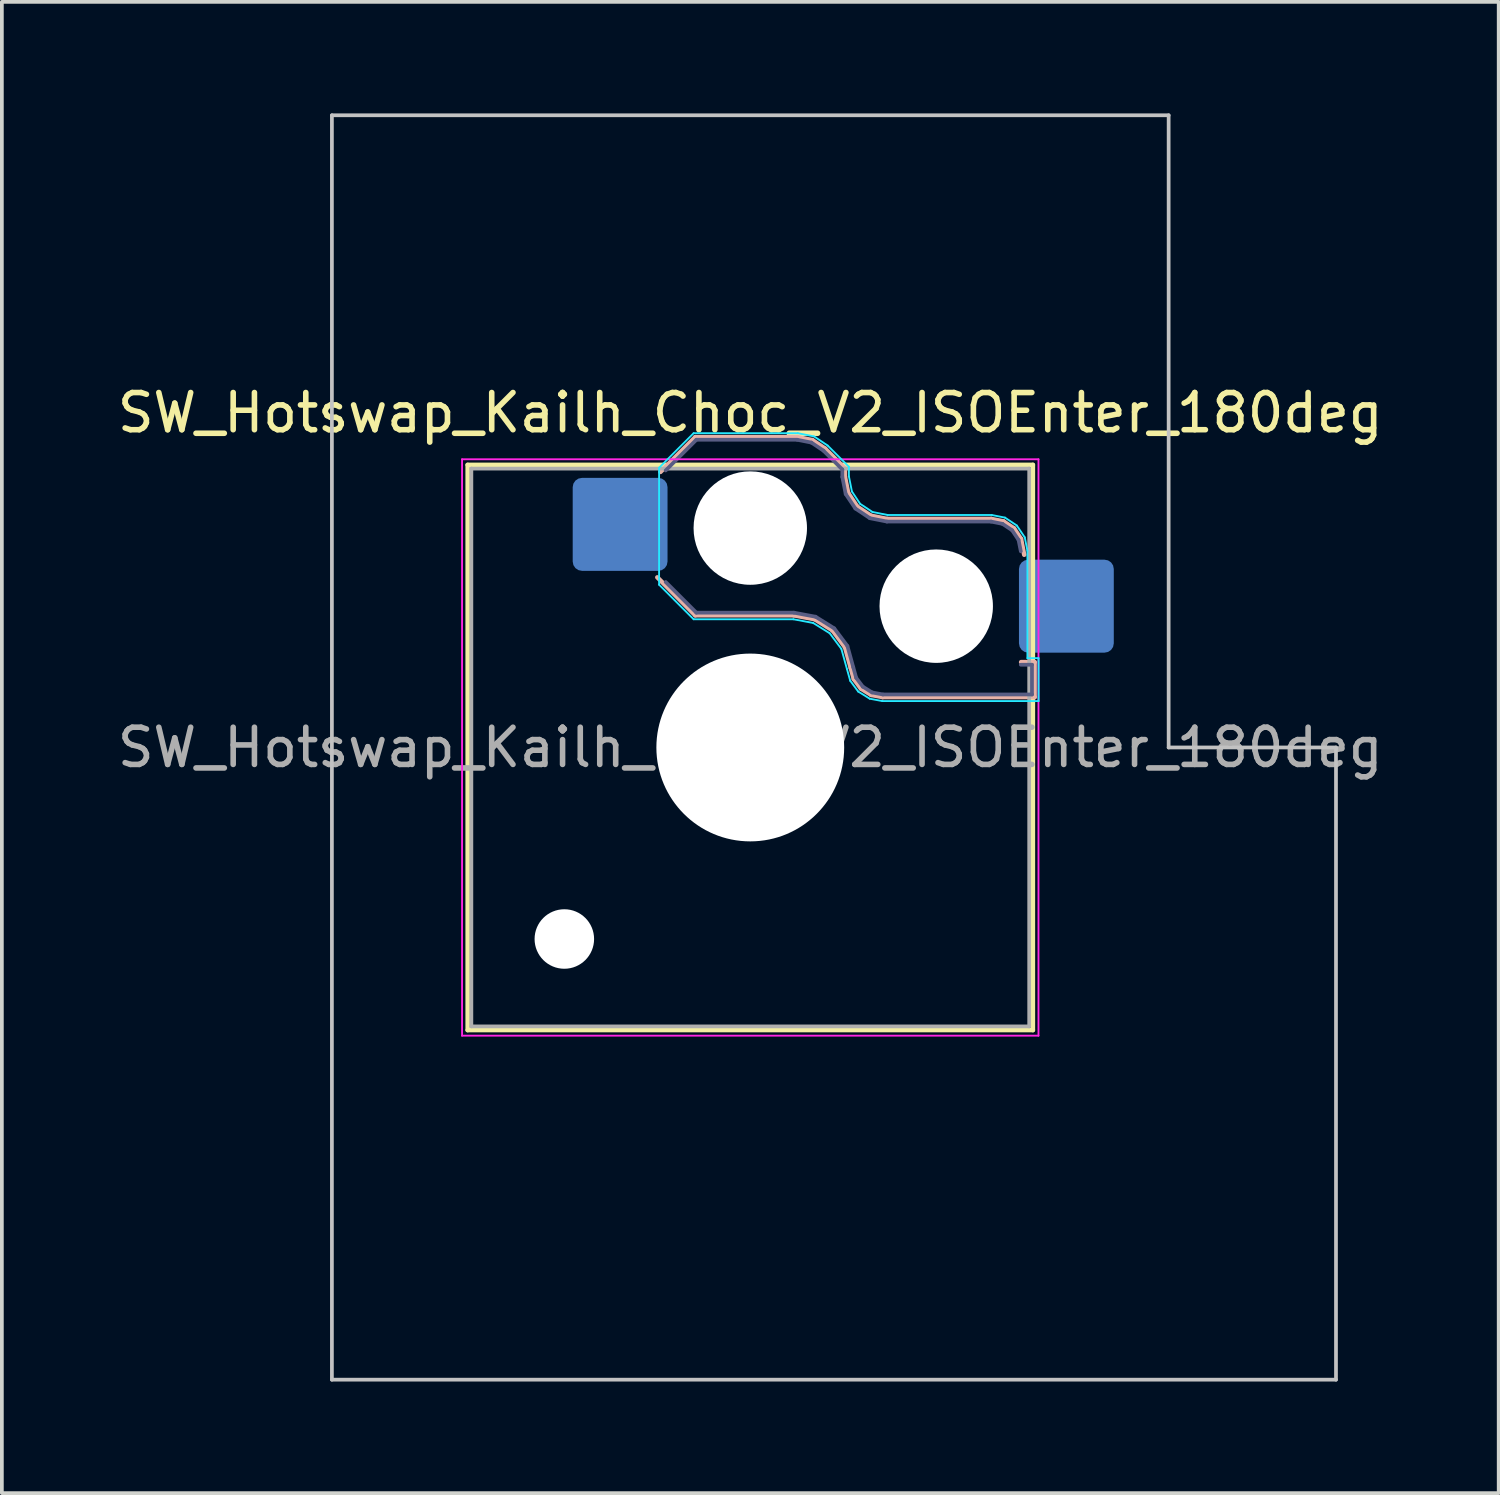
<source format=kicad_pcb>
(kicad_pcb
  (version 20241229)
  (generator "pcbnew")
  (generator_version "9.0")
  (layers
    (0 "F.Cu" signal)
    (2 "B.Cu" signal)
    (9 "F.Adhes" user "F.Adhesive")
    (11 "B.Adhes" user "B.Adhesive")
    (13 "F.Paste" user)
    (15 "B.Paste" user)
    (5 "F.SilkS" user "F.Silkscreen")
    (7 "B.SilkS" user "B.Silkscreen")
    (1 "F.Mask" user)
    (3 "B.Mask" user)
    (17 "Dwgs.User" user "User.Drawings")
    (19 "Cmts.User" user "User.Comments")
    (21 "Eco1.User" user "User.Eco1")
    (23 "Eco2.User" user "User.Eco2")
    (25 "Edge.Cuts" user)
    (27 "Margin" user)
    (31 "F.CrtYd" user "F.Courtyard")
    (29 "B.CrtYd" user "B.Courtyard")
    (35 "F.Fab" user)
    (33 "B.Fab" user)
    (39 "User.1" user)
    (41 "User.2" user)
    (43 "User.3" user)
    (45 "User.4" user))
  (footprint "SW_Hotswap_Kailh_Choc_V2_ISOEnter_180deg"
    (layer "F.Cu")
    (at 17.125 17.05)
    (property "Reference" "SW_Hotswap_Kailh_Choc_V2_ISOEnter_180deg" (at 0 -9 0) (layer "F.SilkS") (effects (font (size 1 1) (thickness 0.15))))
    (attr smd)
    (fp_line (start -7.6 -7.6) (end -7.6 7.6) (stroke (width 0.12) (type solid)) (layer "F.SilkS"))
    (fp_line (start -7.6 7.6) (end 7.6 7.6) (stroke (width 0.12) (type solid)) (layer "F.SilkS"))
    (fp_line (start 7.6 -7.6) (end -7.6 -7.6) (stroke (width 0.12) (type solid)) (layer "F.SilkS"))
    (fp_line (start 7.6 7.6) (end 7.6 -7.6) (stroke (width 0.12) (type solid)) (layer "F.SilkS"))
    (fp_line (start -2.416 -7.409) (end -1.479 -8.346) (stroke (width 0.12) (type solid)) (layer "B.SilkS"))
    (fp_line (start -1.479 -8.346) (end 1.268 -8.346) (stroke (width 0.12) (type solid)) (layer "B.SilkS"))
    (fp_line (start -1.479 -3.554) (end -2.5 -4.575) (stroke (width 0.12) (type solid)) (layer "B.SilkS"))
    (fp_line (start 1.168 -3.554) (end -1.479 -3.554) (stroke (width 0.12) (type solid)) (layer "B.SilkS"))
    (fp_line (start 1.268 -8.346) (end 1.671 -8.266) (stroke (width 0.12) (type solid)) (layer "B.SilkS"))
    (fp_line (start 1.671 -8.266) (end 2.013 -8.037) (stroke (width 0.12) (type solid)) (layer "B.SilkS"))
    (fp_line (start 1.73 -3.449) (end 1.168 -3.554) (stroke (width 0.12) (type solid)) (layer "B.SilkS"))
    (fp_line (start 2.013 -8.037) (end 2.546 -7.504) (stroke (width 0.12) (type solid)) (layer "B.SilkS"))
    (fp_line (start 2.209 -3.15) (end 1.73 -3.449) (stroke (width 0.12) (type solid)) (layer "B.SilkS"))
    (fp_line (start 2.546 -7.504) (end 2.546 -7.282) (stroke (width 0.12) (type solid)) (layer "B.SilkS"))
    (fp_line (start 2.546 -7.282) (end 2.633 -6.844) (stroke (width 0.12) (type solid)) (layer "B.SilkS"))
    (fp_line (start 2.547 -2.697) (end 2.209 -3.15) (stroke (width 0.12) (type solid)) (layer "B.SilkS"))
    (fp_line (start 2.633 -6.844) (end 2.877 -6.477) (stroke (width 0.12) (type solid)) (layer "B.SilkS"))
    (fp_line (start 2.701 -2.139) (end 2.547 -2.697) (stroke (width 0.12) (type solid)) (layer "B.SilkS"))
    (fp_line (start 2.783 -1.841) (end 2.701 -2.139) (stroke (width 0.12) (type solid)) (layer "B.SilkS"))
    (fp_line (start 2.877 -6.477) (end 3.244 -6.233) (stroke (width 0.12) (type solid)) (layer "B.SilkS"))
    (fp_line (start 2.976 -1.583) (end 2.783 -1.841) (stroke (width 0.12) (type solid)) (layer "B.SilkS"))
    (fp_line (start 3.244 -6.233) (end 3.682 -6.146) (stroke (width 0.12) (type solid)) (layer "B.SilkS"))
    (fp_line (start 3.25 -1.413) (end 2.976 -1.583) (stroke (width 0.12) (type solid)) (layer "B.SilkS"))
    (fp_line (start 3.56 -1.354) (end 3.25 -1.413) (stroke (width 0.12) (type solid)) (layer "B.SilkS"))
    (fp_line (start 3.682 -6.146) (end 6.482 -6.146) (stroke (width 0.12) (type solid)) (layer "B.SilkS"))
    (fp_line (start 6.482 -6.146) (end 6.809 -6.081) (stroke (width 0.12) (type solid)) (layer "B.SilkS"))
    (fp_line (start 6.809 -6.081) (end 7.092 -5.892) (stroke (width 0.12) (type solid)) (layer "B.SilkS"))
    (fp_line (start 7.092 -5.892) (end 7.281 -5.609) (stroke (width 0.12) (type solid)) (layer "B.SilkS"))
    (fp_line (start 7.281 -5.609) (end 7.366 -5.182) (stroke (width 0.12) (type solid)) (layer "B.SilkS"))
    (fp_line (start 7.283 -2.296) (end 7.646 -2.296) (stroke (width 0.12) (type solid)) (layer "B.SilkS"))
    (fp_line (start 7.646 -2.296) (end 7.646 -1.354) (stroke (width 0.12) (type solid)) (layer "B.SilkS"))
    (fp_line (start 7.646 -1.354) (end 3.56 -1.354) (stroke (width 0.12) (type solid)) (layer "B.SilkS"))
    (fp_line (start -11.25 -17) (end -11.25 17) (stroke (width 0.1) (type solid)) (layer "Dwgs.User"))
    (fp_line (start -11.25 17) (end 15.75 17) (stroke (width 0.1) (type solid)) (layer "Dwgs.User"))
    (fp_line (start 11.25 -17) (end -11.25 -17) (stroke (width 0.1) (type solid)) (layer "Dwgs.User"))
    (fp_line (start 11.25 0) (end 11.25 -17) (stroke (width 0.1) (type solid)) (layer "Dwgs.User"))
    (fp_line (start 15.75 0) (end 11.25 0) (stroke (width 0.1) (type solid)) (layer "Dwgs.User"))
    (fp_line (start 15.75 17) (end 15.75 0) (stroke (width 0.1) (type solid)) (layer "Dwgs.User"))
    (fp_line (start -7.25 -7.25) (end -7.25 7.25) (stroke (width 0.1) (type solid)) (layer "Eco1.User"))
    (fp_line (start -7.25 7.25) (end 7.25 7.25) (stroke (width 0.1) (type solid)) (layer "Eco1.User"))
    (fp_line (start 7.25 -7.25) (end -7.25 -7.25) (stroke (width 0.1) (type solid)) (layer "Eco1.User"))
    (fp_line (start 7.25 7.25) (end 7.25 -7.25) (stroke (width 0.1) (type solid)) (layer "Eco1.User"))
    (fp_line (start -2.452 -7.523) (end -1.523 -8.452) (stroke (width 0.05) (type solid)) (layer "B.CrtYd"))
    (fp_line (start -2.452 -4.377) (end -2.452 -7.523) (stroke (width 0.05) (type solid)) (layer "B.CrtYd"))
    (fp_line (start -1.523 -8.452) (end 1.278 -8.452) (stroke (width 0.05) (type solid)) (layer "B.CrtYd"))
    (fp_line (start -1.523 -3.448) (end -2.452 -4.377) (stroke (width 0.05) (type solid)) (layer "B.CrtYd"))
    (fp_line (start 1.159 -3.448) (end -1.523 -3.448) (stroke (width 0.05) (type solid)) (layer "B.CrtYd"))
    (fp_line (start 1.278 -8.452) (end 1.712 -8.366) (stroke (width 0.05) (type solid)) (layer "B.CrtYd"))
    (fp_line (start 1.691 -3.348) (end 1.159 -3.448) (stroke (width 0.05) (type solid)) (layer "B.CrtYd"))
    (fp_line (start 1.712 -8.366) (end 2.081 -8.119) (stroke (width 0.05) (type solid)) (layer "B.CrtYd"))
    (fp_line (start 2.081 -8.119) (end 2.652 -7.548) (stroke (width 0.05) (type solid)) (layer "B.CrtYd"))
    (fp_line (start 2.136 -3.071) (end 1.691 -3.348) (stroke (width 0.05) (type solid)) (layer "B.CrtYd"))
    (fp_line (start 2.45 -2.65) (end 2.136 -3.071) (stroke (width 0.05) (type solid)) (layer "B.CrtYd"))
    (fp_line (start 2.599 -2.111) (end 2.45 -2.65) (stroke (width 0.05) (type solid)) (layer "B.CrtYd"))
    (fp_line (start 2.652 -7.548) (end 2.652 -7.292) (stroke (width 0.05) (type solid)) (layer "B.CrtYd"))
    (fp_line (start 2.652 -7.292) (end 2.733 -6.885) (stroke (width 0.05) (type solid)) (layer "B.CrtYd"))
    (fp_line (start 2.687 -1.794) (end 2.599 -2.111) (stroke (width 0.05) (type solid)) (layer "B.CrtYd"))
    (fp_line (start 2.733 -6.885) (end 2.953 -6.553) (stroke (width 0.05) (type solid)) (layer "B.CrtYd"))
    (fp_line (start 2.903 -1.503) (end 2.687 -1.794) (stroke (width 0.05) (type solid)) (layer "B.CrtYd"))
    (fp_line (start 2.953 -6.553) (end 3.285 -6.333) (stroke (width 0.05) (type solid)) (layer "B.CrtYd"))
    (fp_line (start 3.211 -1.312) (end 2.903 -1.503) (stroke (width 0.05) (type solid)) (layer "B.CrtYd"))
    (fp_line (start 3.285 -6.333) (end 3.692 -6.252) (stroke (width 0.05) (type solid)) (layer "B.CrtYd"))
    (fp_line (start 3.55 -1.248) (end 3.211 -1.312) (stroke (width 0.05) (type solid)) (layer "B.CrtYd"))
    (fp_line (start 3.692 -6.252) (end 6.492 -6.252) (stroke (width 0.05) (type solid)) (layer "B.CrtYd"))
    (fp_line (start 6.492 -6.252) (end 6.85 -6.181) (stroke (width 0.05) (type solid)) (layer "B.CrtYd"))
    (fp_line (start 6.85 -6.181) (end 7.168 -5.968) (stroke (width 0.05) (type solid)) (layer "B.CrtYd"))
    (fp_line (start 7.168 -5.968) (end 7.381 -5.65) (stroke (width 0.05) (type solid)) (layer "B.CrtYd"))
    (fp_line (start 7.381 -5.65) (end 7.452 -5.292) (stroke (width 0.05) (type solid)) (layer "B.CrtYd"))
    (fp_line (start 7.452 -5.292) (end 7.452 -2.402) (stroke (width 0.05) (type solid)) (layer "B.CrtYd"))
    (fp_line (start 7.452 -2.402) (end 7.752 -2.402) (stroke (width 0.05) (type solid)) (layer "B.CrtYd"))
    (fp_line (start 7.752 -2.402) (end 7.752 -1.248) (stroke (width 0.05) (type solid)) (layer "B.CrtYd"))
    (fp_line (start 7.752 -1.248) (end 3.55 -1.248) (stroke (width 0.05) (type solid)) (layer "B.CrtYd"))
    (fp_line (start -7.75 -7.75) (end -7.75 7.75) (stroke (width 0.05) (type solid)) (layer "F.CrtYd"))
    (fp_line (start -7.75 7.75) (end 7.75 7.75) (stroke (width 0.05) (type solid)) (layer "F.CrtYd"))
    (fp_line (start 7.75 -7.75) (end -7.75 -7.75) (stroke (width 0.05) (type solid)) (layer "F.CrtYd"))
    (fp_line (start 7.75 7.75) (end 7.75 -7.75) (stroke (width 0.05) (type solid)) (layer "F.CrtYd"))
    (fp_line (start -2.275 -7.45) (end -1.45 -8.275) (stroke (width 0.1) (type solid)) (layer "B.Fab"))
    (fp_line (start -1.45 -8.275) (end 1.261 -8.275) (stroke (width 0.1) (type solid)) (layer "B.Fab"))
    (fp_line (start -1.45 -3.625) (end -2.275 -4.45) (stroke (width 0.1) (type solid)) (layer "B.Fab"))
    (fp_line (start 1.175 -3.625) (end -1.45 -3.625) (stroke (width 0.1) (type solid)) (layer "B.Fab"))
    (fp_line (start 1.261 -8.275) (end 1.643 -8.199) (stroke (width 0.1) (type solid)) (layer "B.Fab"))
    (fp_line (start 1.643 -8.199) (end 1.968 -7.982) (stroke (width 0.1) (type solid)) (layer "B.Fab"))
    (fp_line (start 1.756 -3.516) (end 1.175 -3.625) (stroke (width 0.1) (type solid)) (layer "B.Fab"))
    (fp_line (start 1.968 -7.982) (end 2.475 -7.475) (stroke (width 0.1) (type solid)) (layer "B.Fab"))
    (fp_line (start 2.258 -3.203) (end 1.756 -3.516) (stroke (width 0.1) (type solid)) (layer "B.Fab"))
    (fp_line (start 2.475 -7.475) (end 2.475 -7.275) (stroke (width 0.1) (type solid)) (layer "B.Fab"))
    (fp_line (start 2.475 -7.275) (end 2.566 -6.816) (stroke (width 0.1) (type solid)) (layer "B.Fab"))
    (fp_line (start 2.566 -6.816) (end 2.826 -6.426) (stroke (width 0.1) (type solid)) (layer "B.Fab"))
    (fp_line (start 2.612 -2.729) (end 2.258 -3.203) (stroke (width 0.1) (type solid)) (layer "B.Fab"))
    (fp_line (start 2.769 -2.158) (end 2.612 -2.729) (stroke (width 0.1) (type solid)) (layer "B.Fab"))
    (fp_line (start 2.826 -6.426) (end 3.216 -6.166) (stroke (width 0.1) (type solid)) (layer "B.Fab"))
    (fp_line (start 2.848 -1.873) (end 2.769 -2.158) (stroke (width 0.1) (type solid)) (layer "B.Fab"))
    (fp_line (start 3.025 -1.636) (end 2.848 -1.873) (stroke (width 0.1) (type solid)) (layer "B.Fab"))
    (fp_line (start 3.216 -6.166) (end 3.675 -6.075) (stroke (width 0.1) (type solid)) (layer "B.Fab"))
    (fp_line (start 3.276 -1.48) (end 3.025 -1.636) (stroke (width 0.1) (type solid)) (layer "B.Fab"))
    (fp_line (start 3.567 -1.425) (end 3.276 -1.48) (stroke (width 0.1) (type solid)) (layer "B.Fab"))
    (fp_line (start 3.675 -6.075) (end 6.475 -6.075) (stroke (width 0.1) (type solid)) (layer "B.Fab"))
    (fp_line (start 6.475 -6.075) (end 6.781 -6.014) (stroke (width 0.1) (type solid)) (layer "B.Fab"))
    (fp_line (start 6.781 -6.014) (end 7.041 -5.841) (stroke (width 0.1) (type solid)) (layer "B.Fab"))
    (fp_line (start 7.041 -5.841) (end 7.214 -5.581) (stroke (width 0.1) (type solid)) (layer "B.Fab"))
    (fp_line (start 7.214 -5.581) (end 7.275 -5.275) (stroke (width 0.1) (type solid)) (layer "B.Fab"))
    (fp_line (start 7.275 -2.225) (end 7.575 -2.225) (stroke (width 0.1) (type solid)) (layer "B.Fab"))
    (fp_line (start 7.575 -2.225) (end 7.575 -1.425) (stroke (width 0.1) (type solid)) (layer "B.Fab"))
    (fp_line (start 7.575 -1.425) (end 3.567 -1.425) (stroke (width 0.1) (type solid)) (layer "B.Fab"))
    (fp_line (start -7.5 -7.5) (end -7.5 7.5) (stroke (width 0.1) (type solid)) (layer "F.Fab"))
    (fp_line (start -7.5 7.5) (end 7.5 7.5) (stroke (width 0.1) (type solid)) (layer "F.Fab"))
    (fp_line (start 7.5 -7.5) (end -7.5 -7.5) (stroke (width 0.1) (type solid)) (layer "F.Fab"))
    (fp_line (start 7.5 7.5) (end 7.5 -7.5) (stroke (width 0.1) (type solid)) (layer "F.Fab"))
    (fp_text user "${REFERENCE}" (at 0 0 0) (layer "F.Fab") (effects (font (size 1 1) (thickness 0.15))))
    (pad "" np_thru_hole circle (at -5 5.15) (size 1.6 1.6) (drill 1.6) (layers "*.Cu" "*.Mask"))
    (pad "" np_thru_hole circle (at 0 -5.9) (size 3.05 3.05) (drill 3.05) (layers "*.Cu" "*.Mask"))
    (pad "" np_thru_hole circle (at 0 0) (size 5.05 5.05) (drill 5.05) (layers "*.Cu" "*.Mask"))
    (pad "" np_thru_hole circle (at 5 -3.8) (size 3.05 3.05) (drill 3.05) (layers "*.Cu" "*.Mask"))
    (pad "1" smd roundrect (at -3.5 -6) (size 2.55 2.5) (layers "B.Cu" "B.Mask" "B.Paste") (roundrect_rratio 0.1))
    (pad "2" smd roundrect (at 8.5 -3.8) (size 2.55 2.5) (layers "B.Cu" "B.Mask" "B.Paste") (roundrect_rratio 0.1)))
  (gr_rect
    (start -3 -3)
    (end 37.25 37.1)
    (stroke (width 0.1) (type default))
    (fill no)
    (layer "Edge.Cuts")))
</source>
